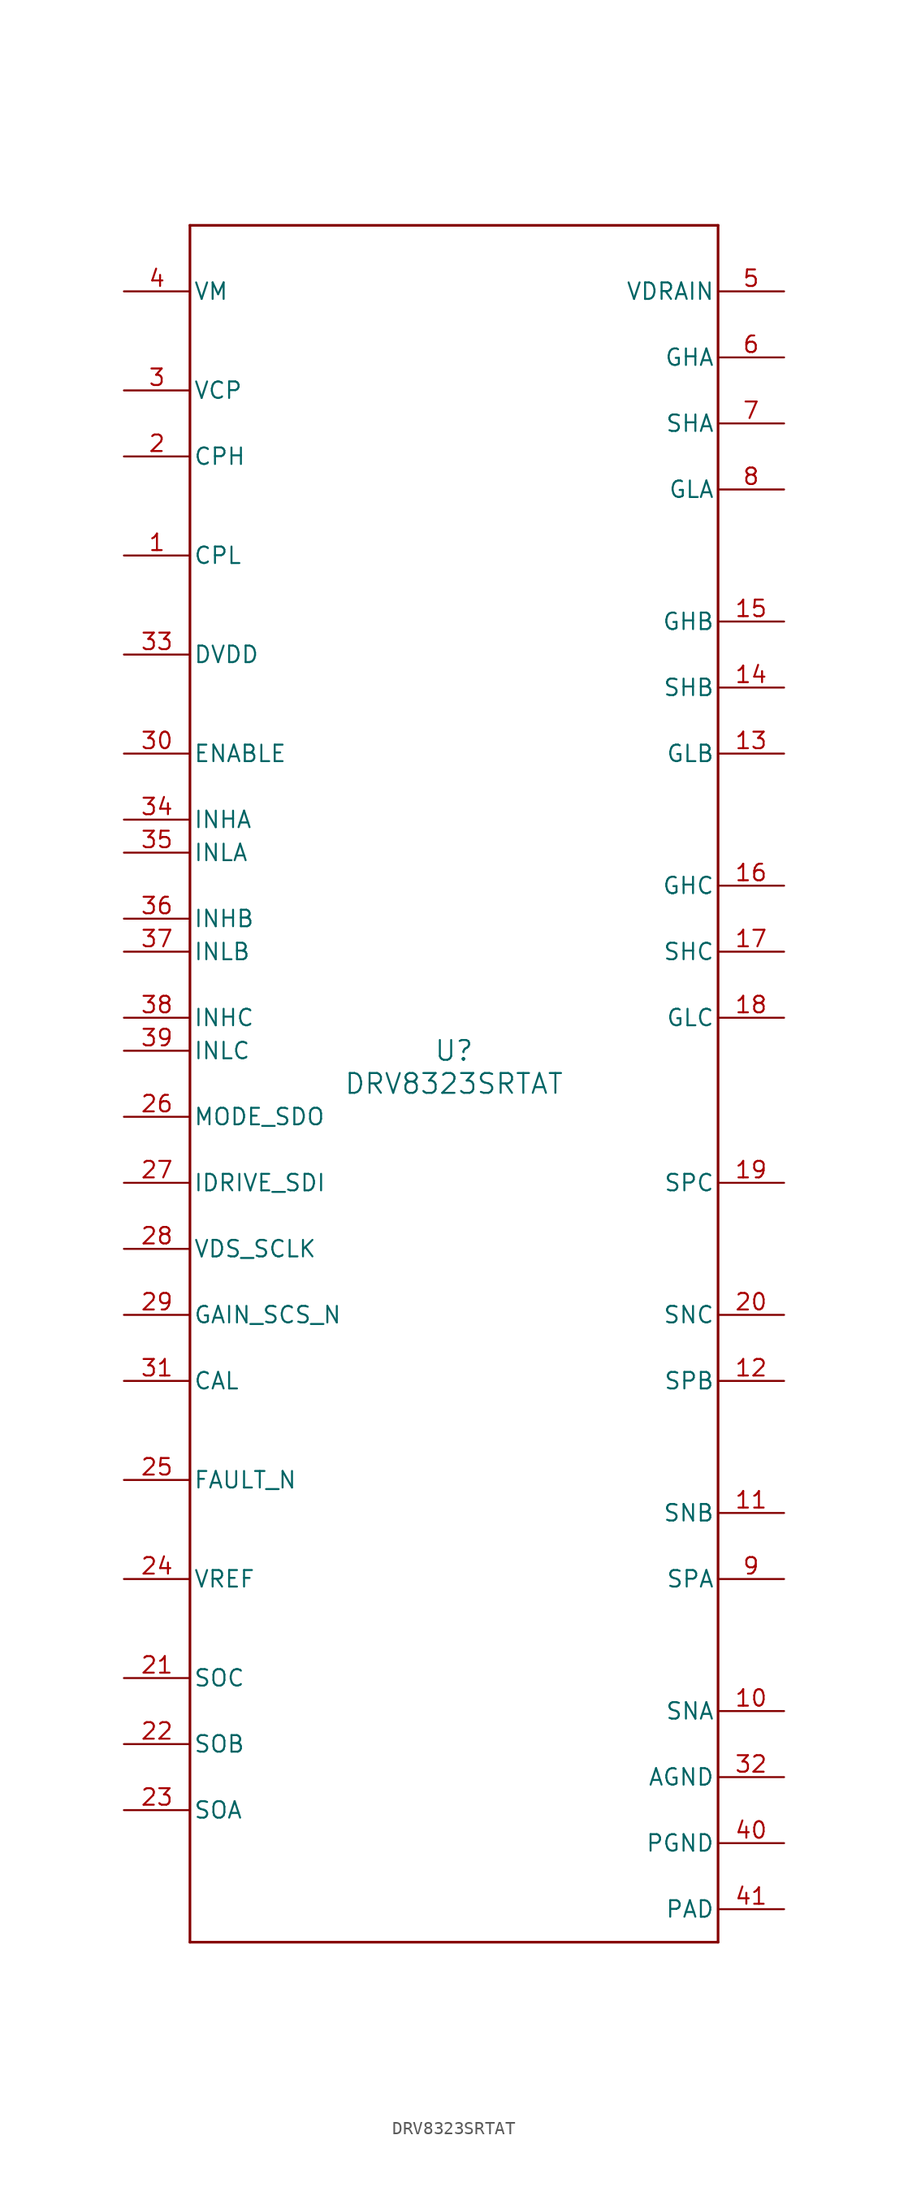
<source format=kicad_sym>
(kicad_symbol_lib
  (version 20211014)
  (generator kicad_symbol_editor)
  (symbol "DRV8323SRTAT"
    (pin_names
      (offset 0.254))
    (property "Reference" "U"
      (at 0 2.54 0)
      (effects (font (size 1.524 1.524))))
    (property "Value" "DRV8323SRTAT"
      (at 0 0 0)
      (effects (font (size 1.524 1.524))))
    (symbol "DRV8323SRTAT_0_1"
      (polyline (pts (xy -20.32 -66.04) (xy 20.32 -66.04)) (stroke (width 0.203) (type default) (color 0 0 0 0)) (fill (type none)))
      (polyline (pts (xy 20.32 -66.04) (xy 20.32 66.04)) (stroke (width 0.203) (type default) (color 0 0 0 0)) (fill (type none)))
      (polyline (pts (xy 20.32 66.04) (xy -20.32 66.04)) (stroke (width 0.203) (type default) (color 0 0 0 0)) (fill (type none)))
      (polyline (pts (xy -20.32 66.04) (xy -20.32 -66.04)) (stroke (width 0.203) (type default) (color 0 0 0 0)) (fill (type none)))
      (pin unspecified line (at -25.4 40.64 0) (length 5.08) (name "CPL" (effects (font (size 1.27 1.27)))) (number "1" (effects (font (size 1.27 1.27)))))
      (pin unspecified line (at -25.4 48.26 0) (length 5.08) (name "CPH" (effects (font (size 1.27 1.27)))) (number "2" (effects (font (size 1.27 1.27)))))
      (pin power_in line (at -25.4 53.34 0) (length 5.08) (name "VCP" (effects (font (size 1.27 1.27)))) (number "3" (effects (font (size 1.27 1.27)))))
      (pin power_in line (at -25.4 60.96 0) (length 5.08) (name "VM" (effects (font (size 1.27 1.27)))) (number "4" (effects (font (size 1.27 1.27)))))
      (pin input line (at 25.4 60.96 180) (length 5.08) (name "VDRAIN" (effects (font (size 1.27 1.27)))) (number "5" (effects (font (size 1.27 1.27)))))
      (pin output line (at 25.4 55.88 180) (length 5.08) (name "GHA" (effects (font (size 1.27 1.27)))) (number "6" (effects (font (size 1.27 1.27)))))
      (pin input line (at 25.4 50.8 180) (length 5.08) (name "SHA" (effects (font (size 1.27 1.27)))) (number "7" (effects (font (size 1.27 1.27)))))
      (pin output line (at 25.4 45.72 180) (length 5.08) (name "GLA" (effects (font (size 1.27 1.27)))) (number "8" (effects (font (size 1.27 1.27)))))
      (pin input line (at 25.4 -38.1 180) (length 5.08) (name "SPA" (effects (font (size 1.27 1.27)))) (number "9" (effects (font (size 1.27 1.27)))))
      (pin input line (at 25.4 -48.26 180) (length 5.08) (name "SNA" (effects (font (size 1.27 1.27)))) (number "10" (effects (font (size 1.27 1.27)))))
      (pin input line (at 25.4 -33.02 180) (length 5.08) (name "SNB" (effects (font (size 1.27 1.27)))) (number "11" (effects (font (size 1.27 1.27)))))
      (pin input line (at 25.4 -22.86 180) (length 5.08) (name "SPB" (effects (font (size 1.27 1.27)))) (number "12" (effects (font (size 1.27 1.27)))))
      (pin output line (at 25.4 25.4 180) (length 5.08) (name "GLB" (effects (font (size 1.27 1.27)))) (number "13" (effects (font (size 1.27 1.27)))))
      (pin input line (at 25.4 30.48 180) (length 5.08) (name "SHB" (effects (font (size 1.27 1.27)))) (number "14" (effects (font (size 1.27 1.27)))))
      (pin output line (at 25.4 35.56 180) (length 5.08) (name "GHB" (effects (font (size 1.27 1.27)))) (number "15" (effects (font (size 1.27 1.27)))))
      (pin output line (at 25.4 15.24 180) (length 5.08) (name "GHC" (effects (font (size 1.27 1.27)))) (number "16" (effects (font (size 1.27 1.27)))))
      (pin input line (at 25.4 10.16 180) (length 5.08) (name "SHC" (effects (font (size 1.27 1.27)))) (number "17" (effects (font (size 1.27 1.27)))))
      (pin output line (at 25.4 5.08 180) (length 5.08) (name "GLC" (effects (font (size 1.27 1.27)))) (number "18" (effects (font (size 1.27 1.27)))))
      (pin input line (at 25.4 -7.62 180) (length 5.08) (name "SPC" (effects (font (size 1.27 1.27)))) (number "19" (effects (font (size 1.27 1.27)))))
      (pin input line (at 25.4 -17.78 180) (length 5.08) (name "SNC" (effects (font (size 1.27 1.27)))) (number "20" (effects (font (size 1.27 1.27)))))
      (pin output line (at -25.4 -45.72 0) (length 5.08) (name "SOC" (effects (font (size 1.27 1.27)))) (number "21" (effects (font (size 1.27 1.27)))))
      (pin output line (at -25.4 -50.8 0) (length 5.08) (name "SOB" (effects (font (size 1.27 1.27)))) (number "22" (effects (font (size 1.27 1.27)))))
      (pin output line (at -25.4 -55.88 0) (length 5.08) (name "SOA" (effects (font (size 1.27 1.27)))) (number "23" (effects (font (size 1.27 1.27)))))
      (pin input line (at -25.4 -38.1 0) (length 5.08) (name "VREF" (effects (font (size 1.27 1.27)))) (number "24" (effects (font (size 1.27 1.27)))))
      (pin open_collector line (at -25.4 -30.48 0) (length 5.08) (name "FAULT_N" (effects (font (size 1.27 1.27)))) (number "25" (effects (font (size 1.27 1.27)))))
      (pin unspecified line (at -25.4 -2.54 0) (length 5.08) (name "MODE_SDO" (effects (font (size 1.27 1.27)))) (number "26" (effects (font (size 1.27 1.27)))))
      (pin input line (at -25.4 -7.62 0) (length 5.08) (name "IDRIVE_SDI" (effects (font (size 1.27 1.27)))) (number "27" (effects (font (size 1.27 1.27)))))
      (pin input line (at -25.4 -12.7 0) (length 5.08) (name "VDS_SCLK" (effects (font (size 1.27 1.27)))) (number "28" (effects (font (size 1.27 1.27)))))
      (pin input line (at -25.4 -17.78 0) (length 5.08) (name "GAIN_SCS_N" (effects (font (size 1.27 1.27)))) (number "29" (effects (font (size 1.27 1.27)))))
      (pin input line (at -25.4 25.4 0) (length 5.08) (name "ENABLE" (effects (font (size 1.27 1.27)))) (number "30" (effects (font (size 1.27 1.27)))))
      (pin input line (at -25.4 -22.86 0) (length 5.08) (name "CAL" (effects (font (size 1.27 1.27)))) (number "31" (effects (font (size 1.27 1.27)))))
      (pin power_in line (at 25.4 -53.34 180) (length 5.08) (name "AGND" (effects (font (size 1.27 1.27)))) (number "32" (effects (font (size 1.27 1.27)))))
      (pin power_in line (at -25.4 33.02 0) (length 5.08) (name "DVDD" (effects (font (size 1.27 1.27)))) (number "33" (effects (font (size 1.27 1.27)))))
      (pin input line (at -25.4 20.32 0) (length 5.08) (name "INHA" (effects (font (size 1.27 1.27)))) (number "34" (effects (font (size 1.27 1.27)))))
      (pin input line (at -25.4 17.78 0) (length 5.08) (name "INLA" (effects (font (size 1.27 1.27)))) (number "35" (effects (font (size 1.27 1.27)))))
      (pin input line (at -25.4 12.7 0) (length 5.08) (name "INHB" (effects (font (size 1.27 1.27)))) (number "36" (effects (font (size 1.27 1.27)))))
      (pin input line (at -25.4 10.16 0) (length 5.08) (name "INLB" (effects (font (size 1.27 1.27)))) (number "37" (effects (font (size 1.27 1.27)))))
      (pin input line (at -25.4 5.08 0) (length 5.08) (name "INHC" (effects (font (size 1.27 1.27)))) (number "38" (effects (font (size 1.27 1.27)))))
      (pin input line (at -25.4 2.54 0) (length 5.08) (name "INLC" (effects (font (size 1.27 1.27)))) (number "39" (effects (font (size 1.27 1.27)))))
      (pin power_in line (at 25.4 -58.42 180) (length 5.08) (name "PGND" (effects (font (size 1.27 1.27)))) (number "40" (effects (font (size 1.27 1.27)))))
      (pin power_in line (at 25.4 -63.5 180) (length 5.08) (name "PAD" (effects (font (size 1.27 1.27)))) (number "41" (effects (font (size 1.27 1.27))))))))
</source>
